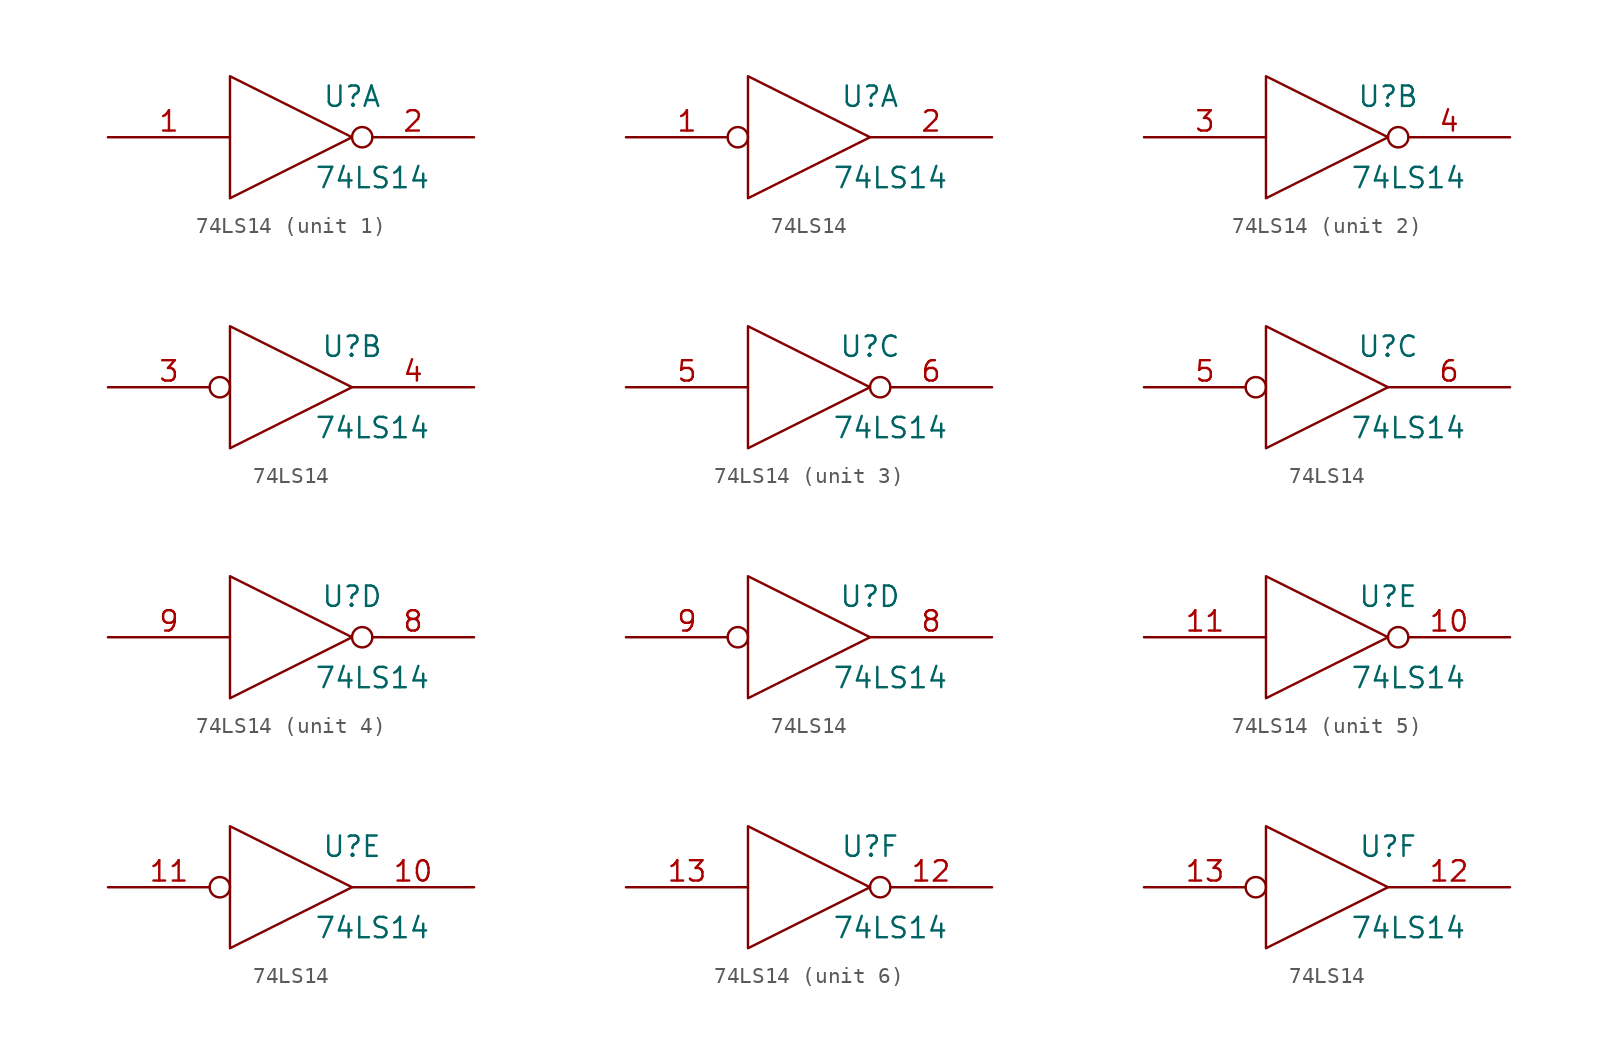
<source format=kicad_sym>
(kicad_symbol_lib
  (version 20220914)
  (generator kicad_symbol_editor)
  (symbol "74LS14"
    (pin_names
      (offset 0.762))
    (property "Reference" "U"
      (at 3.81 2.54 0)
      (effects (font (size 1.27 1.27))))
    (property "Value" "74LS14"
      (at 5.08 -2.54 0)
      (effects (font (size 1.27 1.27))))
    (symbol "74LS14_0_0"
      (polyline (pts (xy -3.81 3.81) (xy -3.81 -3.81) (xy 3.81 0) (xy -3.81 3.81)) (stroke (width 0) (type solid)) (fill (type none)))
      (pin power_in line (at -1.27 2.54 270) (length 0) hide (name "VCC" (effects (font (size 0.508 0.508)))) (number "14" (effects (font (size 0.762 0.762)))))
      (pin power_in line (at -1.27 -2.54 90) (length 0) hide (name "GND" (effects (font (size 0.508 0.508)))) (number "7" (effects (font (size 0.762 0.762))))))
    (symbol "74LS14_1_1"
      (pin input line (at -11.43 0 0) (length 7.62) (name "~" (effects (font (size 1.27 1.27)))) (number "1" (effects (font (size 1.27 1.27)))))
      (pin output inverted (at 11.43 0 180) (length 7.62) (name "~" (effects (font (size 1.27 1.27)))) (number "2" (effects (font (size 1.27 1.27))))))
    (symbol "74LS14_1_2"
      (pin input inverted (at -11.43 0 0) (length 7.62) (name "~" (effects (font (size 1.27 1.27)))) (number "1" (effects (font (size 1.27 1.27)))))
      (pin output line (at 11.43 0 180) (length 7.62) (name "~" (effects (font (size 1.27 1.27)))) (number "2" (effects (font (size 1.27 1.27))))))
    (symbol "74LS14_2_1"
      (pin input line (at -11.43 0 0) (length 7.62) (name "~" (effects (font (size 1.27 1.27)))) (number "3" (effects (font (size 1.27 1.27)))))
      (pin output inverted (at 11.43 0 180) (length 7.62) (name "~" (effects (font (size 1.27 1.27)))) (number "4" (effects (font (size 1.27 1.27))))))
    (symbol "74LS14_2_2"
      (pin input inverted (at -11.43 0 0) (length 7.62) (name "~" (effects (font (size 1.27 1.27)))) (number "3" (effects (font (size 1.27 1.27)))))
      (pin output line (at 11.43 0 180) (length 7.62) (name "~" (effects (font (size 1.27 1.27)))) (number "4" (effects (font (size 1.27 1.27))))))
    (symbol "74LS14_3_1"
      (pin input line (at -11.43 0 0) (length 7.62) (name "~" (effects (font (size 1.27 1.27)))) (number "5" (effects (font (size 1.27 1.27)))))
      (pin output inverted (at 11.43 0 180) (length 7.62) (name "~" (effects (font (size 1.27 1.27)))) (number "6" (effects (font (size 1.27 1.27))))))
    (symbol "74LS14_3_2"
      (pin input inverted (at -11.43 0 0) (length 7.62) (name "~" (effects (font (size 1.27 1.27)))) (number "5" (effects (font (size 1.27 1.27)))))
      (pin output line (at 11.43 0 180) (length 7.62) (name "~" (effects (font (size 1.27 1.27)))) (number "6" (effects (font (size 1.27 1.27))))))
    (symbol "74LS14_4_1"
      (pin output inverted (at 11.43 0 180) (length 7.62) (name "~" (effects (font (size 1.27 1.27)))) (number "8" (effects (font (size 1.27 1.27)))))
      (pin input line (at -11.43 0 0) (length 7.62) (name "~" (effects (font (size 1.27 1.27)))) (number "9" (effects (font (size 1.27 1.27))))))
    (symbol "74LS14_4_2"
      (pin output line (at 11.43 0 180) (length 7.62) (name "~" (effects (font (size 1.27 1.27)))) (number "8" (effects (font (size 1.27 1.27)))))
      (pin input inverted (at -11.43 0 0) (length 7.62) (name "~" (effects (font (size 1.27 1.27)))) (number "9" (effects (font (size 1.27 1.27))))))
    (symbol "74LS14_5_1"
      (pin output inverted (at 11.43 0 180) (length 7.62) (name "~" (effects (font (size 1.27 1.27)))) (number "10" (effects (font (size 1.27 1.27)))))
      (pin input line (at -11.43 0 0) (length 7.62) (name "~" (effects (font (size 1.27 1.27)))) (number "11" (effects (font (size 1.27 1.27))))))
    (symbol "74LS14_5_2"
      (pin output line (at 11.43 0 180) (length 7.62) (name "~" (effects (font (size 1.27 1.27)))) (number "10" (effects (font (size 1.27 1.27)))))
      (pin input inverted (at -11.43 0 0) (length 7.62) (name "~" (effects (font (size 1.27 1.27)))) (number "11" (effects (font (size 1.27 1.27))))))
    (symbol "74LS14_6_1"
      (pin output inverted (at 11.43 0 180) (length 7.62) (name "~" (effects (font (size 1.27 1.27)))) (number "12" (effects (font (size 1.27 1.27)))))
      (pin input line (at -11.43 0 0) (length 7.62) (name "~" (effects (font (size 1.27 1.27)))) (number "13" (effects (font (size 1.27 1.27))))))
    (symbol "74LS14_6_2"
      (pin output line (at 11.43 0 180) (length 7.62) (name "~" (effects (font (size 1.27 1.27)))) (number "12" (effects (font (size 1.27 1.27)))))
      (pin input inverted (at -11.43 0 0) (length 7.62) (name "~" (effects (font (size 1.27 1.27)))) (number "13" (effects (font (size 1.27 1.27))))))))
</source>
